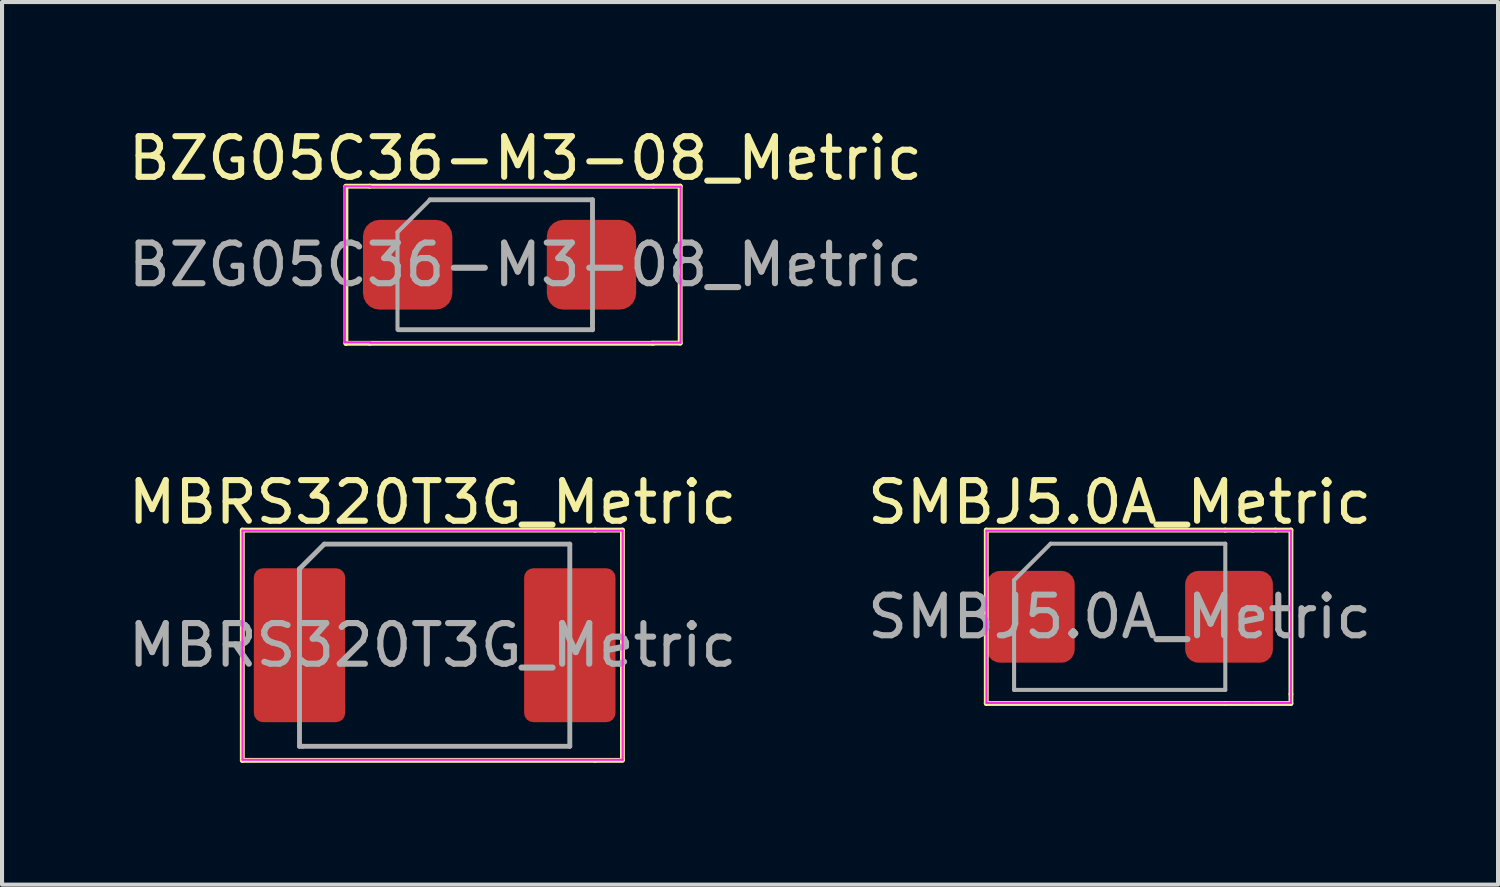
<source format=kicad_pcb>
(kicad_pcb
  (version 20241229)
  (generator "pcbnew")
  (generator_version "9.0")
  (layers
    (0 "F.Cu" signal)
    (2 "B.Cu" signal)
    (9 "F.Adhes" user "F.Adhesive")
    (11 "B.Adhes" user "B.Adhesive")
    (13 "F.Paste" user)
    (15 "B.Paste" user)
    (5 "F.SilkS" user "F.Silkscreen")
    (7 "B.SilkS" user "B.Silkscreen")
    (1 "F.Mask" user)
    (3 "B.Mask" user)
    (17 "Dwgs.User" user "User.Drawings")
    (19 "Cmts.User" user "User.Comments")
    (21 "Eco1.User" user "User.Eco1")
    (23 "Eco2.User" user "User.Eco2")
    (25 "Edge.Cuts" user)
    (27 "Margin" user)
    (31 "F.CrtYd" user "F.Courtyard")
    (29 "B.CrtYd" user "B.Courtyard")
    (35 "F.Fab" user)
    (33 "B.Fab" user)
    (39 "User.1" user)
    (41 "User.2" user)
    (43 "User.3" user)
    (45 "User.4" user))
  (footprint "MBRS320T3G_Metric"
    (layer "F.Cu")
    (at 7.601 12.836)
    (property "Reference" "MBRS320T3G_Metric" (at 0 -3.52 0) (layer "F.SilkS") (effects (font (size 1 1) (thickness 0.15))))
    (attr smd)
    (fp_line (start -4.685 -2.835) (end -4.685 2.835) (stroke (width 0.12) (type solid)) (layer "F.SilkS"))
    (fp_line (start -4.685 2.835) (end 4 2.835) (stroke (width 0.12) (type solid)) (layer "F.SilkS"))
    (fp_line (start 4 -2.835) (end -4.685 -2.835) (stroke (width 0.12) (type solid)) (layer "F.SilkS"))
    (fp_line (start 4 -2.835) (end 4.674 -2.835) (stroke (width 0.12) (type solid)) (layer "F.SilkS"))
    (fp_line (start 4 2.835) (end 4.674 2.835) (stroke (width 0.12) (type solid)) (layer "F.SilkS"))
    (fp_line (start 4.674 -2.835) (end 4.674 2.819) (stroke (width 0.12) (type solid)) (layer "F.SilkS"))
    (fp_line (start -4.68 -2.82) (end 4.68 -2.82) (stroke (width 0.05) (type solid)) (layer "F.CrtYd"))
    (fp_line (start -4.68 2.82) (end -4.68 -2.82) (stroke (width 0.05) (type solid)) (layer "F.CrtYd"))
    (fp_line (start 4.68 -2.82) (end 4.68 2.82) (stroke (width 0.05) (type solid)) (layer "F.CrtYd"))
    (fp_line (start 4.68 2.82) (end -4.68 2.82) (stroke (width 0.05) (type solid)) (layer "F.CrtYd"))
    (fp_line (start -3.277 -1.88) (end -3.277 2.489) (stroke (width 0.12) (type solid)) (layer "F.Fab"))
    (fp_line (start -3.277 -1.88) (end -2.667 -2.489) (stroke (width 0.12) (type solid)) (layer "F.Fab"))
    (fp_line (start -3.277 2.489) (end -3.2 2.489) (stroke (width 0.12) (type solid)) (layer "F.Fab"))
    (fp_line (start -2.667 -2.489) (end 3.378 -2.489) (stroke (width 0.12) (type solid)) (layer "F.Fab"))
    (fp_line (start 3.378 -2.489) (end 3.378 2.489) (stroke (width 0.12) (type solid)) (layer "F.Fab"))
    (fp_line (start 3.378 2.489) (end -3.2 2.489) (stroke (width 0.12) (type solid)) (layer "F.Fab"))
    (fp_text user "${REFERENCE}" (at 0 0 0) (layer "F.Fab") (effects (font (size 1 1) (thickness 0.15))))
    (pad "1" smd roundrect (at -3.277 0) (size 2.25 3.79) (layers "F.Cu" "F.Mask" "F.Paste") (roundrect_rratio 0.101))
    (pad "2" smd roundrect (at 3.378 0) (size 2.25 3.79) (layers "F.Cu" "F.Mask" "F.Paste") (roundrect_rratio 0.101)))
  (footprint "SMBJ5.0A_Metric"
    (layer "F.Cu")
    (at 24.518 12.136)
    (property "Reference" "SMBJ5.0A_Metric" (at 0 -2.82 0) (layer "F.SilkS") (effects (font (size 1 1) (thickness 0.15))))
    (attr smd)
    (fp_line (start -3.285 -2.135) (end -3.285 2.135) (stroke (width 0.12) (type solid)) (layer "F.SilkS"))
    (fp_line (start -3.285 2.135) (end 2.6 2.135) (stroke (width 0.12) (type solid)) (layer "F.SilkS"))
    (fp_line (start 2.6 -2.135) (end -3.285 -2.135) (stroke (width 0.12) (type solid)) (layer "F.SilkS"))
    (fp_line (start 2.6 -2.135) (end 3.277 -2.135) (stroke (width 0.12) (type solid)) (layer "F.SilkS"))
    (fp_line (start 2.6 2.135) (end 4.216 2.135) (stroke (width 0.12) (type solid)) (layer "F.SilkS"))
    (fp_line (start 3.277 -2.135) (end 3.835 -2.135) (stroke (width 0.12) (type solid)) (layer "F.SilkS"))
    (fp_line (start 3.835 -2.135) (end 4.216 -2.135) (stroke (width 0.12) (type solid)) (layer "F.SilkS"))
    (fp_line (start 4.216 -2.135) (end 4.216 1.905) (stroke (width 0.12) (type solid)) (layer "F.SilkS"))
    (fp_line (start 4.216 2.135) (end 4.216 1.905) (stroke (width 0.12) (type solid)) (layer "F.SilkS"))
    (fp_line (start -3.28 -2.12) (end 3.28 -2.12) (stroke (width 0.05) (type solid)) (layer "F.CrtYd"))
    (fp_line (start -3.28 2.12) (end -3.28 -2.12) (stroke (width 0.05) (type solid)) (layer "F.CrtYd"))
    (fp_line (start 3.28 -2.12) (end 4.216 -2.12) (stroke (width 0.05) (type solid)) (layer "F.CrtYd"))
    (fp_line (start 3.28 2.12) (end -3.28 2.12) (stroke (width 0.05) (type solid)) (layer "F.CrtYd"))
    (fp_line (start 3.28 2.12) (end 4.216 2.12) (stroke (width 0.05) (type solid)) (layer "F.CrtYd"))
    (fp_line (start 4.216 -2.12) (end 4.216 1.981) (stroke (width 0.05) (type solid)) (layer "F.CrtYd"))
    (fp_line (start 4.216 2.12) (end 4.216 1.981) (stroke (width 0.05) (type solid)) (layer "F.CrtYd"))
    (fp_line (start -2.6 -0.9) (end -2.6 1.8) (stroke (width 0.1) (type solid)) (layer "F.Fab"))
    (fp_line (start -2.6 1.8) (end 2.6 1.8) (stroke (width 0.1) (type solid)) (layer "F.Fab"))
    (fp_line (start -1.7 -1.8) (end -2.6 -0.9) (stroke (width 0.1) (type solid)) (layer "F.Fab"))
    (fp_line (start 2.6 -1.8) (end -1.7 -1.8) (stroke (width 0.1) (type solid)) (layer "F.Fab"))
    (fp_line (start 2.6 1.8) (end 2.6 -1.8) (stroke (width 0.1) (type solid)) (layer "F.Fab"))
    (fp_text user "${REFERENCE}" (at 0 0 0) (layer "F.Fab") (effects (font (size 1 1) (thickness 0.15))))
    (pad "1" smd roundrect (at -2.188 0) (size 2.16 2.26) (layers "F.Cu" "F.Mask" "F.Paste") (roundrect_rratio 0.149))
    (pad "2" smd roundrect (at 2.692 0) (size 2.16 2.26) (layers "F.Cu" "F.Mask" "F.Paste") (roundrect_rratio 0.149)))
  (footprint "BZG05C36-M3-08_Metric"
    (layer "F.Cu")
    (at 9.887 3.468)
    (property "Reference" "BZG05C36-M3-08_Metric" (at 0 -2.62 0) (layer "F.SilkS") (effects (font (size 1 1) (thickness 0.15))))
    (attr smd)
    (fp_line (start -4.42 -1.93) (end -4.42 1.94) (stroke (width 0.12) (type solid)) (layer "F.SilkS"))
    (fp_line (start -3.835 -1.935) (end -4.42 -1.935) (stroke (width 0.12) (type solid)) (layer "F.SilkS"))
    (fp_line (start -3.835 1.935) (end -4.42 1.935) (stroke (width 0.12) (type solid)) (layer "F.SilkS"))
    (fp_line (start -3.835 1.935) (end 3.15 1.935) (stroke (width 0.12) (type solid)) (layer "F.SilkS"))
    (fp_line (start 3.15 -1.935) (end -3.835 -1.935) (stroke (width 0.12) (type solid)) (layer "F.SilkS"))
    (fp_line (start 3.15 -1.935) (end 3.81 -1.935) (stroke (width 0.12) (type solid)) (layer "F.SilkS"))
    (fp_line (start 3.81 -1.935) (end 3.81 1.93) (stroke (width 0.12) (type solid)) (layer "F.SilkS"))
    (fp_line (start 3.81 1.93) (end 3.124 1.93) (stroke (width 0.12) (type solid)) (layer "F.SilkS"))
    (fp_line (start -4.445 -1.93) (end -3.81 -1.93) (stroke (width 0.05) (type solid)) (layer "F.CrtYd"))
    (fp_line (start -4.445 1.91) (end -4.445 -1.93) (stroke (width 0.05) (type solid)) (layer "F.CrtYd"))
    (fp_line (start -4.445 1.91) (end -3.82 1.91) (stroke (width 0.05) (type solid)) (layer "F.CrtYd"))
    (fp_line (start -3.82 -1.92) (end 3.82 -1.92) (stroke (width 0.05) (type solid)) (layer "F.CrtYd"))
    (fp_line (start 3.82 -1.92) (end 3.82 1.92) (stroke (width 0.05) (type solid)) (layer "F.CrtYd"))
    (fp_line (start 3.82 1.92) (end -3.82 1.92) (stroke (width 0.05) (type solid)) (layer "F.CrtYd"))
    (fp_line (start -3.15 -0.8) (end -3.15 1.6) (stroke (width 0.1) (type solid)) (layer "F.Fab"))
    (fp_line (start -2.35 -1.6) (end -3.15 -0.8) (stroke (width 0.1) (type solid)) (layer "F.Fab"))
    (fp_line (start -2.35 -1.6) (end 1.651 -1.6) (stroke (width 0.12) (type solid)) (layer "F.Fab"))
    (fp_line (start 1.651 -1.6) (end 1.651 1.422) (stroke (width 0.12) (type solid)) (layer "F.Fab"))
    (fp_line (start 1.651 1.422) (end 1.651 1.6) (stroke (width 0.12) (type solid)) (layer "F.Fab"))
    (fp_line (start 1.651 1.6) (end -3.124 1.6) (stroke (width 0.12) (type solid)) (layer "F.Fab"))
    (fp_text user "${REFERENCE}" (at 0 0 0) (layer "F.Fab") (effects (font (size 1 1) (thickness 0.15))))
    (pad "1" smd roundrect (at -2.9 0) (size 2.2 2.21) (layers "F.Cu" "F.Mask" "F.Paste") (roundrect_rratio 0.185))
    (pad "2" smd roundrect (at 1.626 0) (size 2.2 2.21) (layers "F.Cu" "F.Mask" "F.Paste") (roundrect_rratio 0.185)))
  (gr_rect
    (start -3 -3)
    (end 33.833 18.731)
    (stroke (width 0.1) (type default))
    (fill no)
    (layer "Edge.Cuts")))
</source>
